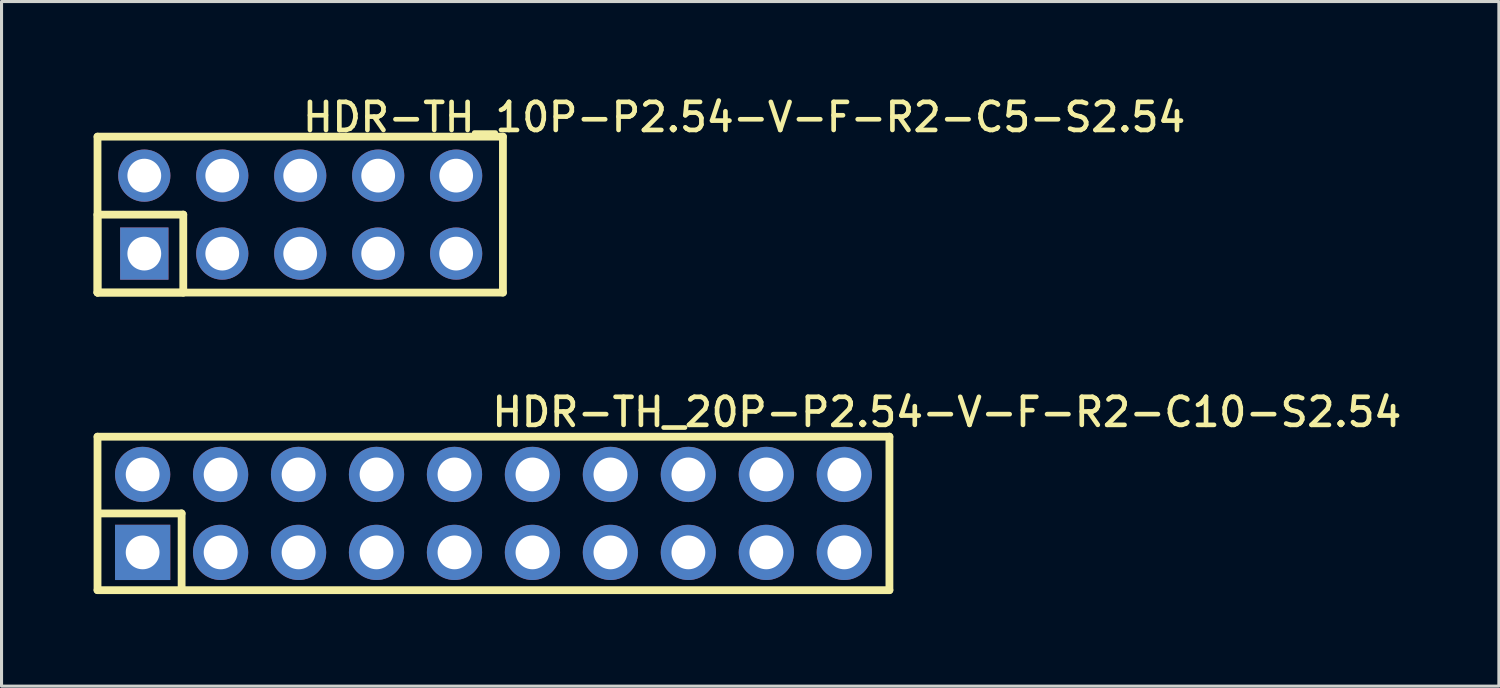
<source format=kicad_pcb>
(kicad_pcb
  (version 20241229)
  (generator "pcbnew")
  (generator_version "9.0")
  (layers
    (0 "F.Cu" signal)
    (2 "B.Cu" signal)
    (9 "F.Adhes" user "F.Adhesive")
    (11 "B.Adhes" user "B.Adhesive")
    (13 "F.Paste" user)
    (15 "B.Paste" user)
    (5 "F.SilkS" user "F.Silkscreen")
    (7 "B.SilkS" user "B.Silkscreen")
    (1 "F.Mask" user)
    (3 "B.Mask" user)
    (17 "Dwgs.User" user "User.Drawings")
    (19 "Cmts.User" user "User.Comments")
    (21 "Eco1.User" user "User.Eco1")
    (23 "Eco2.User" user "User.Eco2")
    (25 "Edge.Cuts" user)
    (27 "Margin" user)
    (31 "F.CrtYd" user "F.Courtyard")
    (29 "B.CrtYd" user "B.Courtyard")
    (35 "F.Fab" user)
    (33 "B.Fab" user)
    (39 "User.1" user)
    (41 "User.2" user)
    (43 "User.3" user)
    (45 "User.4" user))
  (footprint "HDR-TH_20P-P2.54-V-F-R2-C10-S2.54"
    (layer "F.Cu")
    (at 13.027 13.677)
    (property "Reference" "HDR-TH_20P-P2.54-V-F-R2-C10-S2.54" (at -0.127 -3.835 0) (layer "F.SilkS") (effects (font (size 0.914 0.914) (thickness 0.152)) (justify left top)))
    (fp_line (start -12.9 -2.5) (end 12.9 -2.5) (stroke (width 0.254) (type default)) (layer "F.SilkS"))
    (fp_line (start -12.9 2.5) (end -12.9 -2.5) (stroke (width 0.254) (type default)) (layer "F.SilkS"))
    (fp_line (start -12.827 0) (end -10.16 0) (stroke (width 0.254) (type default)) (layer "F.SilkS"))
    (fp_line (start -10.16 0) (end -10.16 2.413) (stroke (width 0.254) (type default)) (layer "F.SilkS"))
    (fp_line (start 12.9 -2.5) (end 12.9 2.5) (stroke (width 0.254) (type default)) (layer "F.SilkS"))
    (fp_line (start 12.9 2.5) (end -12.9 2.5) (stroke (width 0.254) (type default)) (layer "F.SilkS"))
    (fp_circle (center -12.95 2.5) (end -12.92 2.5) (stroke (width 0.06) (type default)) (fill no) (layer "User.5"))
    (pad "1" thru_hole rect (at -11.43 1.27) (size 1.8 1.8) (drill 1.1) (layers "*.Cu" "*.Mask"))
    (pad "2" thru_hole oval (at -11.43 -1.27) (size 1.8 1.8) (drill 1.1) (layers "*.Cu" "*.Mask"))
    (pad "3" thru_hole oval (at -8.89 1.27) (size 1.8 1.8) (drill 1.1) (layers "*.Cu" "*.Mask"))
    (pad "4" thru_hole oval (at -8.89 -1.27) (size 1.8 1.8) (drill 1.1) (layers "*.Cu" "*.Mask"))
    (pad "5" thru_hole oval (at -6.35 1.27) (size 1.8 1.8) (drill 1.1) (layers "*.Cu" "*.Mask"))
    (pad "6" thru_hole oval (at -6.35 -1.27) (size 1.8 1.8) (drill 1.1) (layers "*.Cu" "*.Mask"))
    (pad "7" thru_hole oval (at -3.81 1.27) (size 1.8 1.8) (drill 1.1) (layers "*.Cu" "*.Mask"))
    (pad "8" thru_hole oval (at -3.81 -1.27) (size 1.8 1.8) (drill 1.1) (layers "*.Cu" "*.Mask"))
    (pad "9" thru_hole oval (at -1.27 1.27) (size 1.8 1.8) (drill 1.1) (layers "*.Cu" "*.Mask"))
    (pad "10" thru_hole oval (at -1.27 -1.27) (size 1.8 1.8) (drill 1.1) (layers "*.Cu" "*.Mask"))
    (pad "11" thru_hole oval (at 1.27 1.27) (size 1.8 1.8) (drill 1.1) (layers "*.Cu" "*.Mask"))
    (pad "12" thru_hole oval (at 1.27 -1.27) (size 1.8 1.8) (drill 1.1) (layers "*.Cu" "*.Mask"))
    (pad "13" thru_hole oval (at 3.81 1.27) (size 1.8 1.8) (drill 1.1) (layers "*.Cu" "*.Mask"))
    (pad "14" thru_hole oval (at 3.81 -1.27) (size 1.8 1.8) (drill 1.1) (layers "*.Cu" "*.Mask"))
    (pad "15" thru_hole oval (at 6.35 1.27) (size 1.8 1.8) (drill 1.1) (layers "*.Cu" "*.Mask"))
    (pad "16" thru_hole oval (at 6.35 -1.27) (size 1.8 1.8) (drill 1.1) (layers "*.Cu" "*.Mask"))
    (pad "17" thru_hole oval (at 8.89 1.27) (size 1.8 1.8) (drill 1.1) (layers "*.Cu" "*.Mask"))
    (pad "18" thru_hole oval (at 8.89 -1.27) (size 1.8 1.8) (drill 1.1) (layers "*.Cu" "*.Mask"))
    (pad "19" thru_hole oval (at 11.43 1.27) (size 1.8 1.8) (drill 1.1) (layers "*.Cu" "*.Mask"))
    (pad "20" thru_hole oval (at 11.43 -1.27) (size 1.8 1.8) (drill 1.1) (layers "*.Cu" "*.Mask"))
    (zone (net_name "") (layer "User.3") (hatch edge 0.5) (priority 100) (connect_pads yes) (min_thickness 0) (filled_areas_thickness no) (fill yes) (polygon (pts (xy 0.077 16.177) (xy 0.077 11.177) (xy 25.977 11.177) (xy 25.977 16.177))) (filled_polygon (layer "User.3") (island) (pts (xy 0.077 16.177) (xy 0.077 11.177) (xy 25.977 11.177) (xy 25.977 16.177))))
    (zone (net_name "") (layer "User.4") (hatch edge 0.5) (priority 100) (connect_pads yes) (min_thickness 0) (filled_areas_thickness no) (fill yes) (polygon (pts (xy 1.297 12.282) (xy 1.897 12.282) (xy 1.897 12.532) (xy 1.297 12.532))) (filled_polygon (layer "User.4") (island) (pts (xy 1.297 12.282) (xy 1.897 12.282) (xy 1.897 12.532) (xy 1.297 12.532))))
    (zone (net_name "") (layer "User.4") (hatch edge 0.5) (priority 100) (connect_pads yes) (min_thickness 0) (filled_areas_thickness no) (fill yes) (polygon (pts (xy 1.297 14.822) (xy 1.897 14.822) (xy 1.897 15.072) (xy 1.297 15.072))) (filled_polygon (layer "User.4") (island) (pts (xy 1.297 14.822) (xy 1.897 14.822) (xy 1.897 15.072) (xy 1.297 15.072))))
    (zone (net_name "") (layer "User.4") (hatch edge 0.5) (priority 100) (connect_pads yes) (min_thickness 0) (filled_areas_thickness no) (fill yes) (polygon (pts (xy 3.837 12.282) (xy 4.437 12.282) (xy 4.437 12.532) (xy 3.837 12.532))) (filled_polygon (layer "User.4") (island) (pts (xy 3.837 12.282) (xy 4.437 12.282) (xy 4.437 12.532) (xy 3.837 12.532))))
    (zone (net_name "") (layer "User.4") (hatch edge 0.5) (priority 100) (connect_pads yes) (min_thickness 0) (filled_areas_thickness no) (fill yes) (polygon (pts (xy 3.837 14.822) (xy 4.437 14.822) (xy 4.437 15.072) (xy 3.837 15.072))) (filled_polygon (layer "User.4") (island) (pts (xy 3.837 14.822) (xy 4.437 14.822) (xy 4.437 15.072) (xy 3.837 15.072))))
    (zone (net_name "") (layer "User.4") (hatch edge 0.5) (priority 100) (connect_pads yes) (min_thickness 0) (filled_areas_thickness no) (fill yes) (polygon (pts (xy 6.377 12.282) (xy 6.977 12.282) (xy 6.977 12.532) (xy 6.377 12.532))) (filled_polygon (layer "User.4") (island) (pts (xy 6.377 12.282) (xy 6.977 12.282) (xy 6.977 12.532) (xy 6.377 12.532))))
    (zone (net_name "") (layer "User.4") (hatch edge 0.5) (priority 100) (connect_pads yes) (min_thickness 0) (filled_areas_thickness no) (fill yes) (polygon (pts (xy 6.377 14.822) (xy 6.977 14.822) (xy 6.977 15.072) (xy 6.377 15.072))) (filled_polygon (layer "User.4") (island) (pts (xy 6.377 14.822) (xy 6.977 14.822) (xy 6.977 15.072) (xy 6.377 15.072))))
    (zone (net_name "") (layer "User.4") (hatch edge 0.5) (priority 100) (connect_pads yes) (min_thickness 0) (filled_areas_thickness no) (fill yes) (polygon (pts (xy 8.917 12.282) (xy 9.517 12.282) (xy 9.517 12.532) (xy 8.917 12.532))) (filled_polygon (layer "User.4") (island) (pts (xy 8.917 12.282) (xy 9.517 12.282) (xy 9.517 12.532) (xy 8.917 12.532))))
    (zone (net_name "") (layer "User.4") (hatch edge 0.5) (priority 100) (connect_pads yes) (min_thickness 0) (filled_areas_thickness no) (fill yes) (polygon (pts (xy 8.917 14.822) (xy 9.517 14.822) (xy 9.517 15.072) (xy 8.917 15.072))) (filled_polygon (layer "User.4") (island) (pts (xy 8.917 14.822) (xy 9.517 14.822) (xy 9.517 15.072) (xy 8.917 15.072))))
    (zone (net_name "") (layer "User.4") (hatch edge 0.5) (priority 100) (connect_pads yes) (min_thickness 0) (filled_areas_thickness no) (fill yes) (polygon (pts (xy 11.457 12.282) (xy 12.057 12.282) (xy 12.057 12.532) (xy 11.457 12.532))) (filled_polygon (layer "User.4") (island) (pts (xy 11.457 12.282) (xy 12.057 12.282) (xy 12.057 12.532) (xy 11.457 12.532))))
    (zone (net_name "") (layer "User.4") (hatch edge 0.5) (priority 100) (connect_pads yes) (min_thickness 0) (filled_areas_thickness no) (fill yes) (polygon (pts (xy 11.457 14.822) (xy 12.057 14.822) (xy 12.057 15.072) (xy 11.457 15.072))) (filled_polygon (layer "User.4") (island) (pts (xy 11.457 14.822) (xy 12.057 14.822) (xy 12.057 15.072) (xy 11.457 15.072))))
    (zone (net_name "") (layer "User.4") (hatch edge 0.5) (priority 100) (connect_pads yes) (min_thickness 0) (filled_areas_thickness no) (fill yes) (polygon (pts (xy 13.997 12.282) (xy 14.597 12.282) (xy 14.597 12.532) (xy 13.997 12.532))) (filled_polygon (layer "User.4") (island) (pts (xy 13.997 12.282) (xy 14.597 12.282) (xy 14.597 12.532) (xy 13.997 12.532))))
    (zone (net_name "") (layer "User.4") (hatch edge 0.5) (priority 100) (connect_pads yes) (min_thickness 0) (filled_areas_thickness no) (fill yes) (polygon (pts (xy 13.997 14.822) (xy 14.597 14.822) (xy 14.597 15.072) (xy 13.997 15.072))) (filled_polygon (layer "User.4") (island) (pts (xy 13.997 14.822) (xy 14.597 14.822) (xy 14.597 15.072) (xy 13.997 15.072))))
    (zone (net_name "") (layer "User.4") (hatch edge 0.5) (priority 100) (connect_pads yes) (min_thickness 0) (filled_areas_thickness no) (fill yes) (polygon (pts (xy 16.537 12.282) (xy 17.137 12.282) (xy 17.137 12.532) (xy 16.537 12.532))) (filled_polygon (layer "User.4") (island) (pts (xy 16.537 12.282) (xy 17.137 12.282) (xy 17.137 12.532) (xy 16.537 12.532))))
    (zone (net_name "") (layer "User.4") (hatch edge 0.5) (priority 100) (connect_pads yes) (min_thickness 0) (filled_areas_thickness no) (fill yes) (polygon (pts (xy 16.537 14.822) (xy 17.137 14.822) (xy 17.137 15.072) (xy 16.537 15.072))) (filled_polygon (layer "User.4") (island) (pts (xy 16.537 14.822) (xy 17.137 14.822) (xy 17.137 15.072) (xy 16.537 15.072))))
    (zone (net_name "") (layer "User.4") (hatch edge 0.5) (priority 100) (connect_pads yes) (min_thickness 0) (filled_areas_thickness no) (fill yes) (polygon (pts (xy 19.077 12.282) (xy 19.677 12.282) (xy 19.677 12.532) (xy 19.077 12.532))) (filled_polygon (layer "User.4") (island) (pts (xy 19.077 12.282) (xy 19.677 12.282) (xy 19.677 12.532) (xy 19.077 12.532))))
    (zone (net_name "") (layer "User.4") (hatch edge 0.5) (priority 100) (connect_pads yes) (min_thickness 0) (filled_areas_thickness no) (fill yes) (polygon (pts (xy 19.077 14.822) (xy 19.677 14.822) (xy 19.677 15.072) (xy 19.077 15.072))) (filled_polygon (layer "User.4") (island) (pts (xy 19.077 14.822) (xy 19.677 14.822) (xy 19.677 15.072) (xy 19.077 15.072))))
    (zone (net_name "") (layer "User.4") (hatch edge 0.5) (priority 100) (connect_pads yes) (min_thickness 0) (filled_areas_thickness no) (fill yes) (polygon (pts (xy 21.617 12.282) (xy 22.217 12.282) (xy 22.217 12.532) (xy 21.617 12.532))) (filled_polygon (layer "User.4") (island) (pts (xy 21.617 12.282) (xy 22.217 12.282) (xy 22.217 12.532) (xy 21.617 12.532))))
    (zone (net_name "") (layer "User.4") (hatch edge 0.5) (priority 100) (connect_pads yes) (min_thickness 0) (filled_areas_thickness no) (fill yes) (polygon (pts (xy 21.617 14.822) (xy 22.217 14.822) (xy 22.217 15.072) (xy 21.617 15.072))) (filled_polygon (layer "User.4") (island) (pts (xy 21.617 14.822) (xy 22.217 14.822) (xy 22.217 15.072) (xy 21.617 15.072))))
    (zone (net_name "") (layer "User.4") (hatch edge 0.5) (priority 100) (connect_pads yes) (min_thickness 0) (filled_areas_thickness no) (fill yes) (polygon (pts (xy 24.157 12.282) (xy 24.757 12.282) (xy 24.757 12.532) (xy 24.157 12.532))) (filled_polygon (layer "User.4") (island) (pts (xy 24.157 12.282) (xy 24.757 12.282) (xy 24.757 12.532) (xy 24.157 12.532))))
    (zone (net_name "") (layer "User.4") (hatch edge 0.5) (priority 100) (connect_pads yes) (min_thickness 0) (filled_areas_thickness no) (fill yes) (polygon (pts (xy 24.157 14.822) (xy 24.757 14.822) (xy 24.757 15.072) (xy 24.157 15.072))) (filled_polygon (layer "User.4") (island) (pts (xy 24.157 14.822) (xy 24.757 14.822) (xy 24.757 15.072) (xy 24.157 15.072)))))
  (footprint "HDR-TH_10P-P2.54-V-F-R2-C5-S2.54"
    (layer "F.Cu")
    (at 6.731 3.942)
    (property "Reference" "HDR-TH_10P-P2.54-V-F-R2-C5-S2.54" (at 0 -3.708 0) (layer "F.SilkS") (effects (font (size 0.914 0.914) (thickness 0.152)) (justify left top)))
    (fp_line (start -6.604 -2.54) (end 6.604 -2.54) (stroke (width 0.254) (type default)) (layer "F.SilkS"))
    (fp_line (start -6.604 0) (end -3.81 0) (stroke (width 0.254) (type default)) (layer "F.SilkS"))
    (fp_line (start -6.604 2.54) (end -6.604 -2.54) (stroke (width 0.254) (type default)) (layer "F.SilkS"))
    (fp_line (start -6.604 2.54) (end -6.604 0) (stroke (width 0.254) (type default)) (layer "F.SilkS"))
    (fp_line (start -3.81 0) (end -3.81 2.54) (stroke (width 0.254) (type default)) (layer "F.SilkS"))
    (fp_line (start -3.81 2.54) (end -6.604 2.54) (stroke (width 0.254) (type default)) (layer "F.SilkS"))
    (fp_line (start 6.604 -2.54) (end 6.604 2.54) (stroke (width 0.254) (type default)) (layer "F.SilkS"))
    (fp_line (start 6.604 2.54) (end -6.604 2.54) (stroke (width 0.254) (type default)) (layer "F.SilkS"))
    (fp_circle (center -6.55 2.5) (end -6.52 2.5) (stroke (width 0.06) (type default)) (fill no) (layer "User.5"))
    (pad "1" thru_hole rect (at -5.08 1.27) (size 1.575 1.7) (drill 1.1) (layers "*.Cu" "*.Mask"))
    (pad "2" thru_hole oval (at -5.08 -1.27) (size 1.7 1.7) (drill 1.1) (layers "*.Cu" "*.Mask"))
    (pad "3" thru_hole oval (at -2.54 1.27) (size 1.7 1.7) (drill 1.1) (layers "*.Cu" "*.Mask"))
    (pad "4" thru_hole oval (at -2.54 -1.27) (size 1.7 1.7) (drill 1.1) (layers "*.Cu" "*.Mask"))
    (pad "5" thru_hole oval (at 0 1.27) (size 1.7 1.7) (drill 1.1) (layers "*.Cu" "*.Mask"))
    (pad "6" thru_hole oval (at 0 -1.27) (size 1.7 1.7) (drill 1.1) (layers "*.Cu" "*.Mask"))
    (pad "7" thru_hole oval (at 2.54 1.27) (size 1.7 1.7) (drill 1.1) (layers "*.Cu" "*.Mask"))
    (pad "8" thru_hole oval (at 2.54 -1.27) (size 1.7 1.7) (drill 1.1) (layers "*.Cu" "*.Mask"))
    (pad "9" thru_hole oval (at 5.08 1.27) (size 1.7 1.7) (drill 1.1) (layers "*.Cu" "*.Mask"))
    (pad "10" thru_hole oval (at 5.08 -1.27) (size 1.7 1.7) (drill 1.1) (layers "*.Cu" "*.Mask"))
    (zone (net_name "") (layer "User.3") (hatch edge 0.5) (priority 100) (connect_pads yes) (min_thickness 0) (filled_areas_thickness no) (fill yes) (polygon (pts (xy 0.181 6.442) (xy 0.181 1.442) (xy 13.281 1.442) (xy 13.281 6.442))) (filled_polygon (layer "User.3") (island) (pts (xy 0.181 6.442) (xy 0.181 1.442) (xy 13.281 1.442) (xy 13.281 6.442))))
    (zone (net_name "") (layer "User.4") (hatch edge 0.5) (priority 100) (connect_pads yes) (min_thickness 0) (filled_areas_thickness no) (fill yes) (polygon (pts (xy 1.331 2.472) (xy 1.971 2.472) (xy 1.971 2.872) (xy 1.331 2.872))) (filled_polygon (layer "User.4") (island) (pts (xy 1.331 2.472) (xy 1.971 2.472) (xy 1.971 2.872) (xy 1.331 2.872))))
    (zone (net_name "") (layer "User.4") (hatch edge 0.5) (priority 100) (connect_pads yes) (min_thickness 0) (filled_areas_thickness no) (fill yes) (polygon (pts (xy 1.331 5.412) (xy 1.331 5.012) (xy 1.971 5.012) (xy 1.971 5.412))) (filled_polygon (layer "User.4") (island) (pts (xy 1.331 5.412) (xy 1.331 5.012) (xy 1.971 5.012) (xy 1.971 5.412))))
    (zone (net_name "") (layer "User.4") (hatch edge 0.5) (priority 100) (connect_pads yes) (min_thickness 0) (filled_areas_thickness no) (fill yes) (polygon (pts (xy 3.871 2.472) (xy 4.511 2.472) (xy 4.511 2.872) (xy 3.871 2.872))) (filled_polygon (layer "User.4") (island) (pts (xy 3.871 2.472) (xy 4.511 2.472) (xy 4.511 2.872) (xy 3.871 2.872))))
    (zone (net_name "") (layer "User.4") (hatch edge 0.5) (priority 100) (connect_pads yes) (min_thickness 0) (filled_areas_thickness no) (fill yes) (polygon (pts (xy 3.871 5.012) (xy 4.511 5.012) (xy 4.511 5.412) (xy 3.871 5.412))) (filled_polygon (layer "User.4") (island) (pts (xy 3.871 5.012) (xy 4.511 5.012) (xy 4.511 5.412) (xy 3.871 5.412))))
    (zone (net_name "") (layer "User.4") (hatch edge 0.5) (priority 100) (connect_pads yes) (min_thickness 0) (filled_areas_thickness no) (fill yes) (polygon (pts (xy 6.411 2.472) (xy 7.051 2.472) (xy 7.051 2.872) (xy 6.411 2.872))) (filled_polygon (layer "User.4") (island) (pts (xy 6.411 2.472) (xy 7.051 2.472) (xy 7.051 2.872) (xy 6.411 2.872))))
    (zone (net_name "") (layer "User.4") (hatch edge 0.5) (priority 100) (connect_pads yes) (min_thickness 0) (filled_areas_thickness no) (fill yes) (polygon (pts (xy 6.411 5.012) (xy 7.051 5.012) (xy 7.051 5.412) (xy 6.411 5.412))) (filled_polygon (layer "User.4") (island) (pts (xy 6.411 5.012) (xy 7.051 5.012) (xy 7.051 5.412) (xy 6.411 5.412))))
    (zone (net_name "") (layer "User.4") (hatch edge 0.5) (priority 100) (connect_pads yes) (min_thickness 0) (filled_areas_thickness no) (fill yes) (polygon (pts (xy 8.951 2.472) (xy 9.591 2.472) (xy 9.591 2.872) (xy 8.951 2.872))) (filled_polygon (layer "User.4") (island) (pts (xy 8.951 2.472) (xy 9.591 2.472) (xy 9.591 2.872) (xy 8.951 2.872))))
    (zone (net_name "") (layer "User.4") (hatch edge 0.5) (priority 100) (connect_pads yes) (min_thickness 0) (filled_areas_thickness no) (fill yes) (polygon (pts (xy 8.951 5.012) (xy 9.591 5.012) (xy 9.591 5.412) (xy 8.951 5.412))) (filled_polygon (layer "User.4") (island) (pts (xy 8.951 5.012) (xy 9.591 5.012) (xy 9.591 5.412) (xy 8.951 5.412))))
    (zone (net_name "") (layer "User.4") (hatch edge 0.5) (priority 100) (connect_pads yes) (min_thickness 0) (filled_areas_thickness no) (fill yes) (polygon (pts (xy 11.491 2.472) (xy 12.131 2.472) (xy 12.131 2.872) (xy 11.491 2.872))) (filled_polygon (layer "User.4") (island) (pts (xy 11.491 2.472) (xy 12.131 2.472) (xy 12.131 2.872) (xy 11.491 2.872))))
    (zone (net_name "") (layer "User.4") (hatch edge 0.5) (priority 100) (connect_pads yes) (min_thickness 0) (filled_areas_thickness no) (fill yes) (polygon (pts (xy 11.491 5.012) (xy 12.131 5.012) (xy 12.131 5.412) (xy 11.491 5.412))) (filled_polygon (layer "User.4") (island) (pts (xy 11.491 5.012) (xy 12.131 5.012) (xy 12.131 5.412) (xy 11.491 5.412)))))
  (gr_rect
    (start -3 -3)
    (end 45.783 19.304)
    (stroke (width 0.1) (type default))
    (fill no)
    (layer "Edge.Cuts")))
</source>
